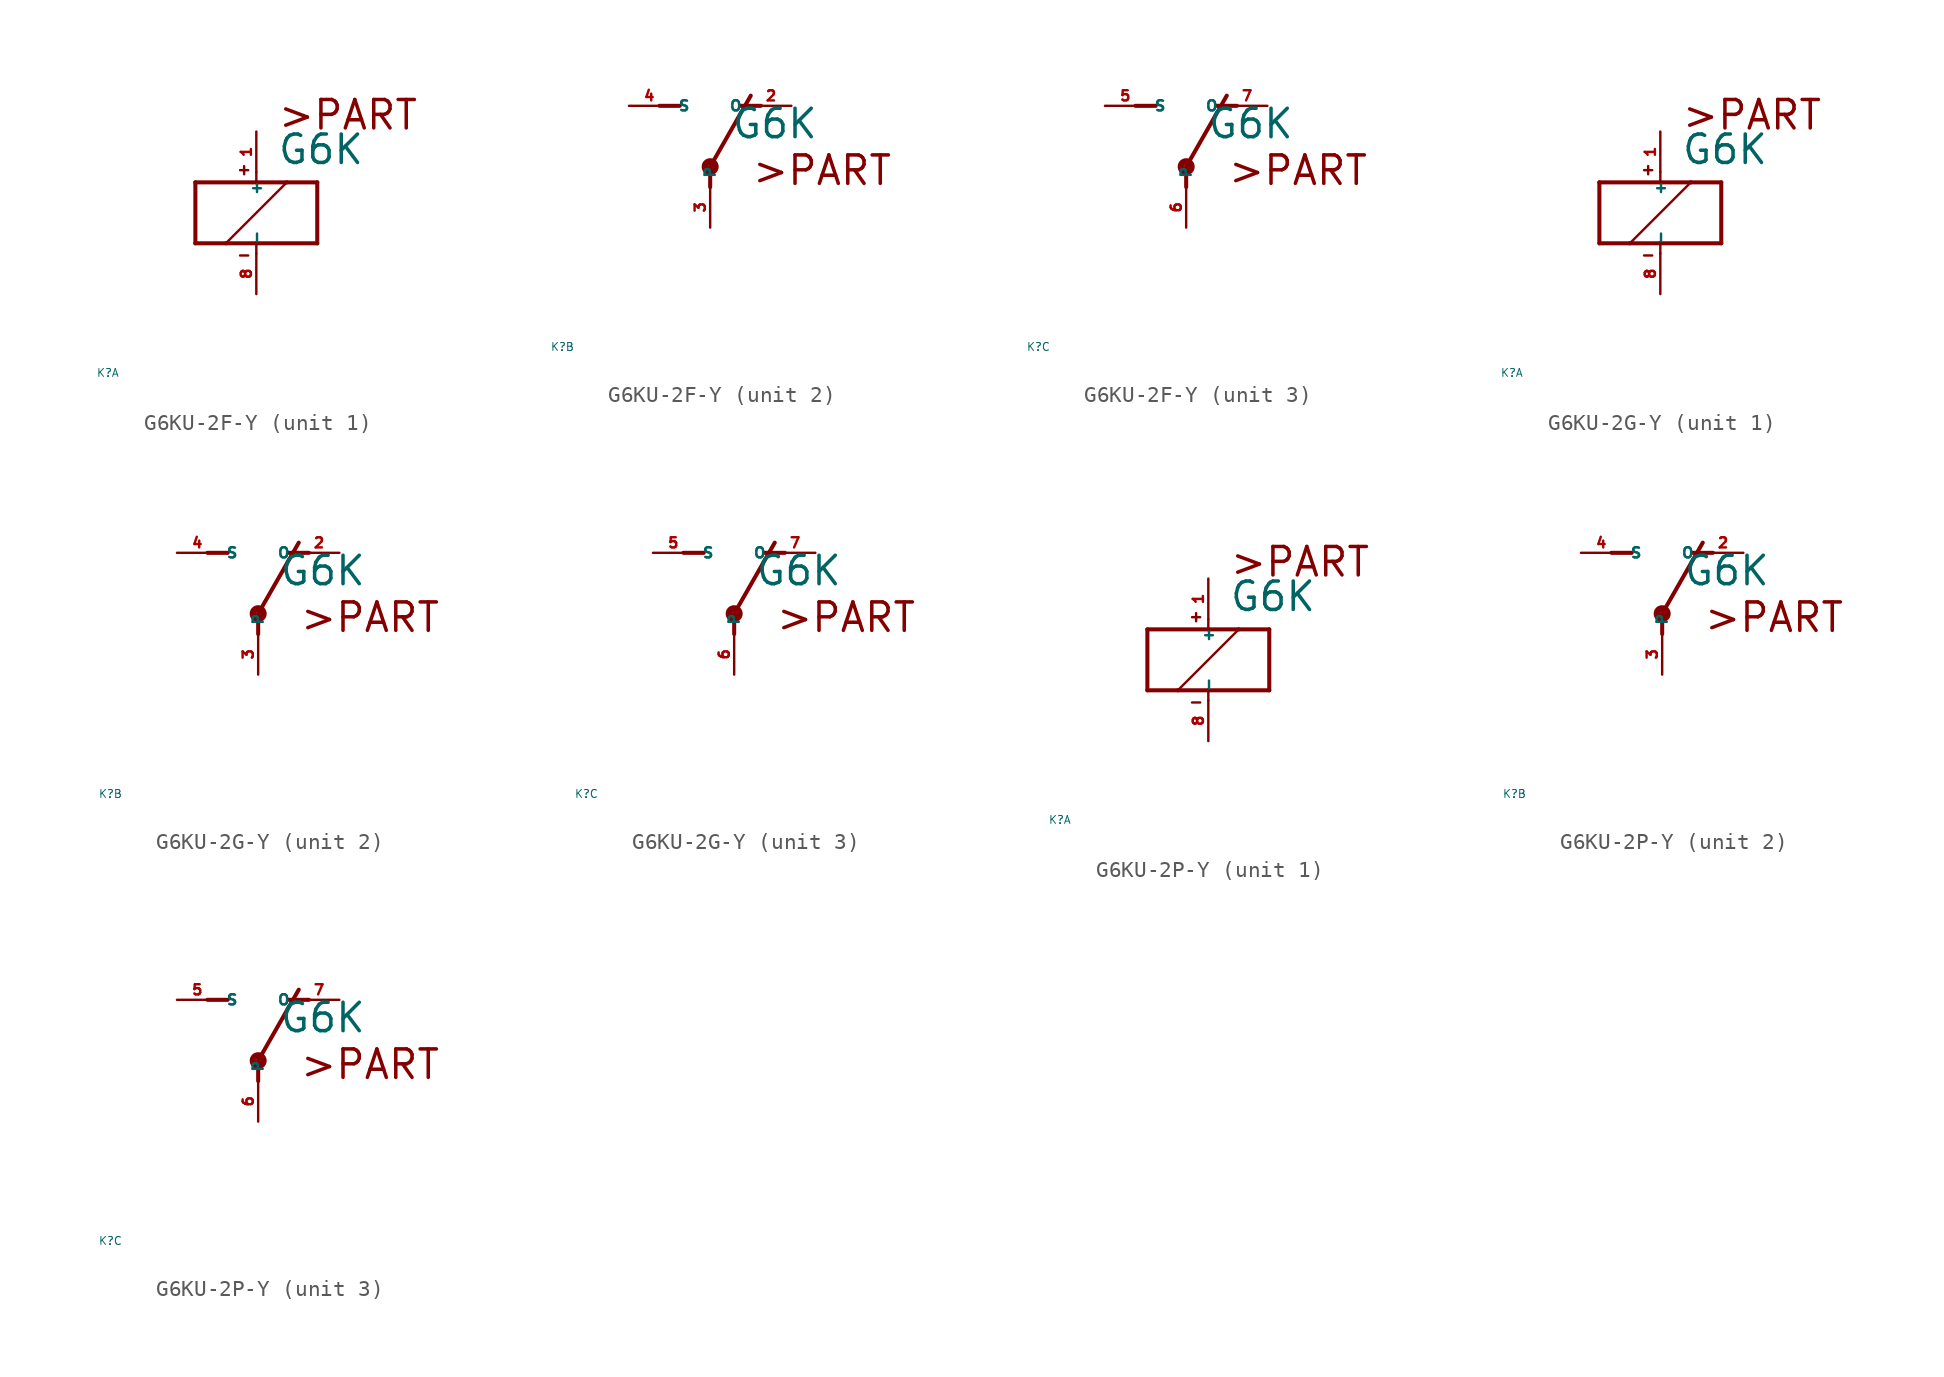
<source format=kicad_sym>
(kicad_symbol_lib
  (version 20220914)
  (generator Eagle2Kicad)
  (symbol "G6KU-2F-Y"
    (property "Reference" "K"
      (at -10 -10 0)
      (effects (font (size 0.5 0.5) (thickness 0.06)) (justify left)))
    (property "Value" "G6K"
      (at 1.27 2.921 0)
      (effects (font (size 1.778 1.778) (thickness 0.22)) (justify left bottom)))
    (symbol "G6KU-2F-Y_1_0"
      (polyline (pts (xy -3.81 -1.905) (xy -1.905 -1.905)) (stroke (width 0.254) (type default)) (fill (type none)))
      (polyline (pts (xy 3.81 -1.905) (xy 3.81 1.905)) (stroke (width 0.254) (type default)) (fill (type none)))
      (polyline (pts (xy 3.81 1.905) (xy 1.905 1.905)) (stroke (width 0.254) (type default)) (fill (type none)))
      (polyline (pts (xy -3.81 1.905) (xy -3.81 -1.905)) (stroke (width 0.254) (type default)) (fill (type none)))
      (polyline (pts (xy 0 -2.54) (xy 0 -1.905)) (stroke (width 0.152) (type default)) (fill (type none)))
      (polyline (pts (xy 0 -1.905) (xy 3.81 -1.905)) (stroke (width 0.254) (type default)) (fill (type none)))
      (polyline (pts (xy 0 2.54) (xy 0 1.905)) (stroke (width 0.152) (type default)) (fill (type none)))
      (polyline (pts (xy 0 1.905) (xy -3.81 1.905)) (stroke (width 0.254) (type default)) (fill (type none)))
      (polyline (pts (xy -1.905 -1.905) (xy 1.905 1.905)) (stroke (width 0.152) (type default)) (fill (type none)))
      (polyline (pts (xy -1.905 -1.905) (xy 0 -1.905)) (stroke (width 0.254) (type default)) (fill (type none)))
      (polyline (pts (xy 1.905 1.905) (xy 0 1.905)) (stroke (width 0.254) (type default)) (fill (type none)))
      (polyline (pts (xy -1.016 2.667) (xy -0.508 2.667)) (stroke (width 0.152) (type default)) (fill (type none)))
      (polyline (pts (xy -0.762 2.921) (xy -0.762 2.413)) (stroke (width 0.152) (type default)) (fill (type none)))
      (polyline (pts (xy -1.016 -2.667) (xy -0.508 -2.667)) (stroke (width 0.152) (type default)) (fill (type none)))
      (text ">PART" (at 1.27 5.08 0) (effects (font (size 1.778 1.778) (thickness 0.22)) (justify left bottom)))
      (pin passive line (at 0 -5.08 90) (length 2.54) (name "-" (effects (font (size 0.635 0.635) (thickness 0.08)) (justify left bottom))) (number "8" (effects (font (size 0.635 0.635) (thickness 0.08)) (justify left bottom))))
      (pin passive line (at 0 5.08 270) (length 2.54) (name "+" (effects (font (size 0.635 0.635) (thickness 0.08)) (justify left bottom))) (number "1" (effects (font (size 0.635 0.635) (thickness 0.08)) (justify left bottom)))))
    (symbol "G6KU-2F-Y_2_0"
      (polyline (pts (xy 3.175 5.08) (xy 1.905 5.08)) (stroke (width 0.254) (type default)) (fill (type none)))
      (polyline (pts (xy -3.175 5.08) (xy -1.905 5.08)) (stroke (width 0.254) (type default)) (fill (type none)))
      (polyline (pts (xy 0 1.27) (xy 2.54 5.715)) (stroke (width 0.254) (type default)) (fill (type none)))
      (polyline (pts (xy 0 1.27) (xy 0 0)) (stroke (width 0.254) (type default)) (fill (type none)))
      (text ">PART" (at 2.54 0 0) (effects (font (size 1.778 1.778) (thickness 0.22)) (justify left bottom)))
      (circle (center 0 1.27) (radius 0.127) (stroke (width 0.406) (type default)) (fill (type none)))
      (pin passive line (at 5.08 5.08 180) (length 2.54) (name "O" (effects (font (size 0.635 0.635) (thickness 0.08)) (justify left bottom))) (number "2" (effects (font (size 0.635 0.635) (thickness 0.08)) (justify left bottom))))
      (pin passive line (at -5.08 5.08 0) (length 2.54) (name "S" (effects (font (size 0.635 0.635) (thickness 0.08)) (justify left bottom))) (number "4" (effects (font (size 0.635 0.635) (thickness 0.08)) (justify left bottom))))
      (pin passive line (at 0 -2.54 90) (length 2.54) (name "P" (effects (font (size 0.635 0.635) (thickness 0.08)) (justify left bottom))) (number "3" (effects (font (size 0.635 0.635) (thickness 0.08)) (justify left bottom)))))
    (symbol "G6KU-2F-Y_3_0"
      (polyline (pts (xy 3.175 5.08) (xy 1.905 5.08)) (stroke (width 0.254) (type default)) (fill (type none)))
      (polyline (pts (xy -3.175 5.08) (xy -1.905 5.08)) (stroke (width 0.254) (type default)) (fill (type none)))
      (polyline (pts (xy 0 1.27) (xy 2.54 5.715)) (stroke (width 0.254) (type default)) (fill (type none)))
      (polyline (pts (xy 0 1.27) (xy 0 0)) (stroke (width 0.254) (type default)) (fill (type none)))
      (text ">PART" (at 2.54 0 0) (effects (font (size 1.778 1.778) (thickness 0.22)) (justify left bottom)))
      (circle (center 0 1.27) (radius 0.127) (stroke (width 0.406) (type default)) (fill (type none)))
      (pin passive line (at 5.08 5.08 180) (length 2.54) (name "O" (effects (font (size 0.635 0.635) (thickness 0.08)) (justify left bottom))) (number "7" (effects (font (size 0.635 0.635) (thickness 0.08)) (justify left bottom))))
      (pin passive line (at -5.08 5.08 0) (length 2.54) (name "S" (effects (font (size 0.635 0.635) (thickness 0.08)) (justify left bottom))) (number "5" (effects (font (size 0.635 0.635) (thickness 0.08)) (justify left bottom))))
      (pin passive line (at 0 -2.54 90) (length 2.54) (name "P" (effects (font (size 0.635 0.635) (thickness 0.08)) (justify left bottom))) (number "6" (effects (font (size 0.635 0.635) (thickness 0.08)) (justify left bottom))))))
  (symbol "G6KU-2G-Y"
    (property "Reference" "K"
      (at -10 -10 0)
      (effects (font (size 0.5 0.5) (thickness 0.06)) (justify left)))
    (property "Value" "G6K"
      (at 1.27 2.921 0)
      (effects (font (size 1.778 1.778) (thickness 0.22)) (justify left bottom)))
    (symbol "G6KU-2G-Y_1_0"
      (polyline (pts (xy -3.81 -1.905) (xy -1.905 -1.905)) (stroke (width 0.254) (type default)) (fill (type none)))
      (polyline (pts (xy 3.81 -1.905) (xy 3.81 1.905)) (stroke (width 0.254) (type default)) (fill (type none)))
      (polyline (pts (xy 3.81 1.905) (xy 1.905 1.905)) (stroke (width 0.254) (type default)) (fill (type none)))
      (polyline (pts (xy -3.81 1.905) (xy -3.81 -1.905)) (stroke (width 0.254) (type default)) (fill (type none)))
      (polyline (pts (xy 0 -2.54) (xy 0 -1.905)) (stroke (width 0.152) (type default)) (fill (type none)))
      (polyline (pts (xy 0 -1.905) (xy 3.81 -1.905)) (stroke (width 0.254) (type default)) (fill (type none)))
      (polyline (pts (xy 0 2.54) (xy 0 1.905)) (stroke (width 0.152) (type default)) (fill (type none)))
      (polyline (pts (xy 0 1.905) (xy -3.81 1.905)) (stroke (width 0.254) (type default)) (fill (type none)))
      (polyline (pts (xy -1.905 -1.905) (xy 1.905 1.905)) (stroke (width 0.152) (type default)) (fill (type none)))
      (polyline (pts (xy -1.905 -1.905) (xy 0 -1.905)) (stroke (width 0.254) (type default)) (fill (type none)))
      (polyline (pts (xy 1.905 1.905) (xy 0 1.905)) (stroke (width 0.254) (type default)) (fill (type none)))
      (polyline (pts (xy -1.016 2.667) (xy -0.508 2.667)) (stroke (width 0.152) (type default)) (fill (type none)))
      (polyline (pts (xy -0.762 2.921) (xy -0.762 2.413)) (stroke (width 0.152) (type default)) (fill (type none)))
      (polyline (pts (xy -1.016 -2.667) (xy -0.508 -2.667)) (stroke (width 0.152) (type default)) (fill (type none)))
      (text ">PART" (at 1.27 5.08 0) (effects (font (size 1.778 1.778) (thickness 0.22)) (justify left bottom)))
      (pin passive line (at 0 -5.08 90) (length 2.54) (name "-" (effects (font (size 0.635 0.635) (thickness 0.08)) (justify left bottom))) (number "8" (effects (font (size 0.635 0.635) (thickness 0.08)) (justify left bottom))))
      (pin passive line (at 0 5.08 270) (length 2.54) (name "+" (effects (font (size 0.635 0.635) (thickness 0.08)) (justify left bottom))) (number "1" (effects (font (size 0.635 0.635) (thickness 0.08)) (justify left bottom)))))
    (symbol "G6KU-2G-Y_2_0"
      (polyline (pts (xy 3.175 5.08) (xy 1.905 5.08)) (stroke (width 0.254) (type default)) (fill (type none)))
      (polyline (pts (xy -3.175 5.08) (xy -1.905 5.08)) (stroke (width 0.254) (type default)) (fill (type none)))
      (polyline (pts (xy 0 1.27) (xy 2.54 5.715)) (stroke (width 0.254) (type default)) (fill (type none)))
      (polyline (pts (xy 0 1.27) (xy 0 0)) (stroke (width 0.254) (type default)) (fill (type none)))
      (text ">PART" (at 2.54 0 0) (effects (font (size 1.778 1.778) (thickness 0.22)) (justify left bottom)))
      (circle (center 0 1.27) (radius 0.127) (stroke (width 0.406) (type default)) (fill (type none)))
      (pin passive line (at 5.08 5.08 180) (length 2.54) (name "O" (effects (font (size 0.635 0.635) (thickness 0.08)) (justify left bottom))) (number "2" (effects (font (size 0.635 0.635) (thickness 0.08)) (justify left bottom))))
      (pin passive line (at -5.08 5.08 0) (length 2.54) (name "S" (effects (font (size 0.635 0.635) (thickness 0.08)) (justify left bottom))) (number "4" (effects (font (size 0.635 0.635) (thickness 0.08)) (justify left bottom))))
      (pin passive line (at 0 -2.54 90) (length 2.54) (name "P" (effects (font (size 0.635 0.635) (thickness 0.08)) (justify left bottom))) (number "3" (effects (font (size 0.635 0.635) (thickness 0.08)) (justify left bottom)))))
    (symbol "G6KU-2G-Y_3_0"
      (polyline (pts (xy 3.175 5.08) (xy 1.905 5.08)) (stroke (width 0.254) (type default)) (fill (type none)))
      (polyline (pts (xy -3.175 5.08) (xy -1.905 5.08)) (stroke (width 0.254) (type default)) (fill (type none)))
      (polyline (pts (xy 0 1.27) (xy 2.54 5.715)) (stroke (width 0.254) (type default)) (fill (type none)))
      (polyline (pts (xy 0 1.27) (xy 0 0)) (stroke (width 0.254) (type default)) (fill (type none)))
      (text ">PART" (at 2.54 0 0) (effects (font (size 1.778 1.778) (thickness 0.22)) (justify left bottom)))
      (circle (center 0 1.27) (radius 0.127) (stroke (width 0.406) (type default)) (fill (type none)))
      (pin passive line (at 5.08 5.08 180) (length 2.54) (name "O" (effects (font (size 0.635 0.635) (thickness 0.08)) (justify left bottom))) (number "7" (effects (font (size 0.635 0.635) (thickness 0.08)) (justify left bottom))))
      (pin passive line (at -5.08 5.08 0) (length 2.54) (name "S" (effects (font (size 0.635 0.635) (thickness 0.08)) (justify left bottom))) (number "5" (effects (font (size 0.635 0.635) (thickness 0.08)) (justify left bottom))))
      (pin passive line (at 0 -2.54 90) (length 2.54) (name "P" (effects (font (size 0.635 0.635) (thickness 0.08)) (justify left bottom))) (number "6" (effects (font (size 0.635 0.635) (thickness 0.08)) (justify left bottom))))))
  (symbol "G6KU-2P-Y"
    (property "Reference" "K"
      (at -10 -10 0)
      (effects (font (size 0.5 0.5) (thickness 0.06)) (justify left)))
    (property "Value" "G6K"
      (at 1.27 2.921 0)
      (effects (font (size 1.778 1.778) (thickness 0.22)) (justify left bottom)))
    (symbol "G6KU-2P-Y_1_0"
      (polyline (pts (xy -3.81 -1.905) (xy -1.905 -1.905)) (stroke (width 0.254) (type default)) (fill (type none)))
      (polyline (pts (xy 3.81 -1.905) (xy 3.81 1.905)) (stroke (width 0.254) (type default)) (fill (type none)))
      (polyline (pts (xy 3.81 1.905) (xy 1.905 1.905)) (stroke (width 0.254) (type default)) (fill (type none)))
      (polyline (pts (xy -3.81 1.905) (xy -3.81 -1.905)) (stroke (width 0.254) (type default)) (fill (type none)))
      (polyline (pts (xy 0 -2.54) (xy 0 -1.905)) (stroke (width 0.152) (type default)) (fill (type none)))
      (polyline (pts (xy 0 -1.905) (xy 3.81 -1.905)) (stroke (width 0.254) (type default)) (fill (type none)))
      (polyline (pts (xy 0 2.54) (xy 0 1.905)) (stroke (width 0.152) (type default)) (fill (type none)))
      (polyline (pts (xy 0 1.905) (xy -3.81 1.905)) (stroke (width 0.254) (type default)) (fill (type none)))
      (polyline (pts (xy -1.905 -1.905) (xy 1.905 1.905)) (stroke (width 0.152) (type default)) (fill (type none)))
      (polyline (pts (xy -1.905 -1.905) (xy 0 -1.905)) (stroke (width 0.254) (type default)) (fill (type none)))
      (polyline (pts (xy 1.905 1.905) (xy 0 1.905)) (stroke (width 0.254) (type default)) (fill (type none)))
      (polyline (pts (xy -1.016 2.667) (xy -0.508 2.667)) (stroke (width 0.152) (type default)) (fill (type none)))
      (polyline (pts (xy -0.762 2.921) (xy -0.762 2.413)) (stroke (width 0.152) (type default)) (fill (type none)))
      (polyline (pts (xy -1.016 -2.667) (xy -0.508 -2.667)) (stroke (width 0.152) (type default)) (fill (type none)))
      (text ">PART" (at 1.27 5.08 0) (effects (font (size 1.778 1.778) (thickness 0.22)) (justify left bottom)))
      (pin passive line (at 0 -5.08 90) (length 2.54) (name "-" (effects (font (size 0.635 0.635) (thickness 0.08)) (justify left bottom))) (number "8" (effects (font (size 0.635 0.635) (thickness 0.08)) (justify left bottom))))
      (pin passive line (at 0 5.08 270) (length 2.54) (name "+" (effects (font (size 0.635 0.635) (thickness 0.08)) (justify left bottom))) (number "1" (effects (font (size 0.635 0.635) (thickness 0.08)) (justify left bottom)))))
    (symbol "G6KU-2P-Y_2_0"
      (polyline (pts (xy 3.175 5.08) (xy 1.905 5.08)) (stroke (width 0.254) (type default)) (fill (type none)))
      (polyline (pts (xy -3.175 5.08) (xy -1.905 5.08)) (stroke (width 0.254) (type default)) (fill (type none)))
      (polyline (pts (xy 0 1.27) (xy 2.54 5.715)) (stroke (width 0.254) (type default)) (fill (type none)))
      (polyline (pts (xy 0 1.27) (xy 0 0)) (stroke (width 0.254) (type default)) (fill (type none)))
      (text ">PART" (at 2.54 0 0) (effects (font (size 1.778 1.778) (thickness 0.22)) (justify left bottom)))
      (circle (center 0 1.27) (radius 0.127) (stroke (width 0.406) (type default)) (fill (type none)))
      (pin passive line (at 5.08 5.08 180) (length 2.54) (name "O" (effects (font (size 0.635 0.635) (thickness 0.08)) (justify left bottom))) (number "2" (effects (font (size 0.635 0.635) (thickness 0.08)) (justify left bottom))))
      (pin passive line (at -5.08 5.08 0) (length 2.54) (name "S" (effects (font (size 0.635 0.635) (thickness 0.08)) (justify left bottom))) (number "4" (effects (font (size 0.635 0.635) (thickness 0.08)) (justify left bottom))))
      (pin passive line (at 0 -2.54 90) (length 2.54) (name "P" (effects (font (size 0.635 0.635) (thickness 0.08)) (justify left bottom))) (number "3" (effects (font (size 0.635 0.635) (thickness 0.08)) (justify left bottom)))))
    (symbol "G6KU-2P-Y_3_0"
      (polyline (pts (xy 3.175 5.08) (xy 1.905 5.08)) (stroke (width 0.254) (type default)) (fill (type none)))
      (polyline (pts (xy -3.175 5.08) (xy -1.905 5.08)) (stroke (width 0.254) (type default)) (fill (type none)))
      (polyline (pts (xy 0 1.27) (xy 2.54 5.715)) (stroke (width 0.254) (type default)) (fill (type none)))
      (polyline (pts (xy 0 1.27) (xy 0 0)) (stroke (width 0.254) (type default)) (fill (type none)))
      (text ">PART" (at 2.54 0 0) (effects (font (size 1.778 1.778) (thickness 0.22)) (justify left bottom)))
      (circle (center 0 1.27) (radius 0.127) (stroke (width 0.406) (type default)) (fill (type none)))
      (pin passive line (at 5.08 5.08 180) (length 2.54) (name "O" (effects (font (size 0.635 0.635) (thickness 0.08)) (justify left bottom))) (number "7" (effects (font (size 0.635 0.635) (thickness 0.08)) (justify left bottom))))
      (pin passive line (at -5.08 5.08 0) (length 2.54) (name "S" (effects (font (size 0.635 0.635) (thickness 0.08)) (justify left bottom))) (number "5" (effects (font (size 0.635 0.635) (thickness 0.08)) (justify left bottom))))
      (pin passive line (at 0 -2.54 90) (length 2.54) (name "P" (effects (font (size 0.635 0.635) (thickness 0.08)) (justify left bottom))) (number "6" (effects (font (size 0.635 0.635) (thickness 0.08)) (justify left bottom)))))))
</source>
